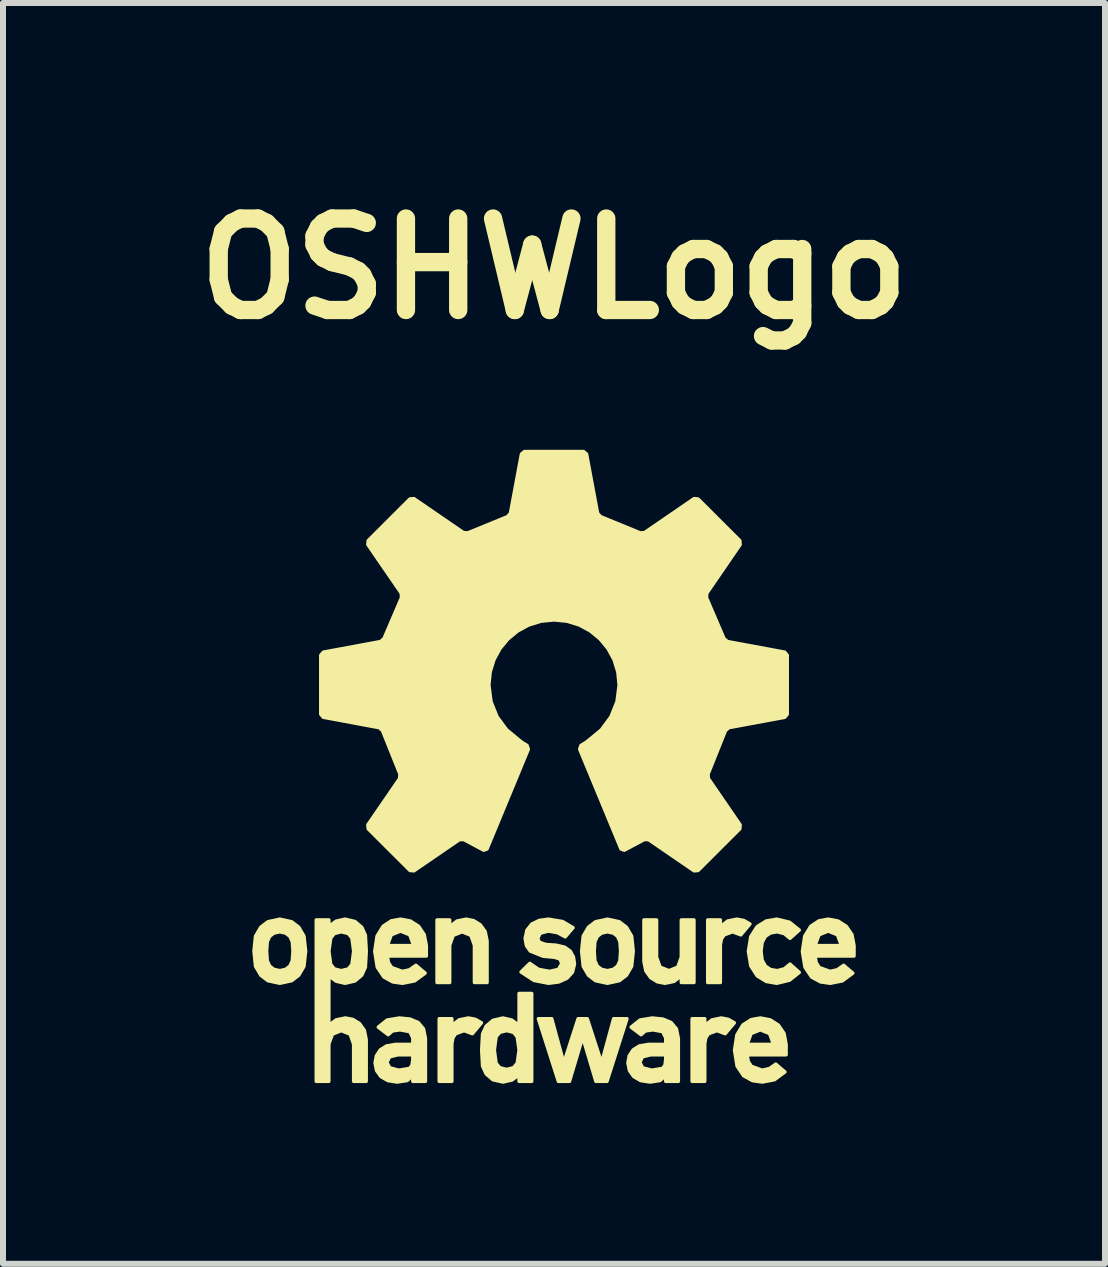
<source format=kicad_pcb>
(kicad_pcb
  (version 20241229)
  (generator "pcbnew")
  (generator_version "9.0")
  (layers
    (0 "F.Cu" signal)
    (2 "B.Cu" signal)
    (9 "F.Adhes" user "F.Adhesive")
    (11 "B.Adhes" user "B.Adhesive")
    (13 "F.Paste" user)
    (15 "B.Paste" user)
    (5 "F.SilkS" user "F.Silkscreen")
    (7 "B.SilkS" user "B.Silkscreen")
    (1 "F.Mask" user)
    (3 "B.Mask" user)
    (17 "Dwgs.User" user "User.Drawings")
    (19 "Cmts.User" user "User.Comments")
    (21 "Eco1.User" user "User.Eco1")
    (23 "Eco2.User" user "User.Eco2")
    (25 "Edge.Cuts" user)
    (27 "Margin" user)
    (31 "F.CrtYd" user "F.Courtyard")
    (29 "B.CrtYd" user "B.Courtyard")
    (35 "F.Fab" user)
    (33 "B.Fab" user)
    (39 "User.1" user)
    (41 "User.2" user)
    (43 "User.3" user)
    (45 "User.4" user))
  (footprint "OSHWLogo"
    (layer "F.Cu")
    (at 6.183 9.729)
    (property "Reference" "OSHWLogo" (at 0 -8.302 0) (layer "F.SilkS") (effects (font (size 1.524 1.524) (thickness 0.305))))
    (attr smd)
    (fp_poly (pts (xy -1.913 5.242) (xy -1.703 5.242) (xy -1.703 4.615) (xy -1.685 4.516) (xy -1.64 4.449) (xy -1.499 4.397) (xy -1.361 4.448) (xy -1.209 4.267) (xy -1.311 4.209) (xy -1.427 4.187) (xy -1.58 4.218) (xy -1.699 4.31) (xy -1.703 4.31) (xy -1.703 4.199) (xy -1.913 4.199) (xy -1.913 5.242)) (stroke (width 0.058) (type solid)) (fill yes) (layer "F.SilkS"))
    (fp_poly (pts (xy 2.302 5.242) (xy 2.512 5.242) (xy 2.512 4.615) (xy 2.529 4.516) (xy 2.575 4.449) (xy 2.715 4.397) (xy 2.853 4.448) (xy 3.005 4.267) (xy 2.904 4.209) (xy 2.787 4.187) (xy 2.635 4.218) (xy 2.516 4.31) (xy 2.512 4.31) (xy 2.512 4.199) (xy 2.302 4.199) (xy 2.302 5.242)) (stroke (width 0.058) (type solid)) (fill yes) (layer "F.SilkS"))
    (fp_poly (pts (xy 2.562 3.595) (xy 2.772 3.595) (xy 2.772 2.968) (xy 2.789 2.87) (xy 2.835 2.802) (xy 2.975 2.75) (xy 3.113 2.801) (xy 3.265 2.62) (xy 3.164 2.562) (xy 3.047 2.54) (xy 2.894 2.571) (xy 2.776 2.664) (xy 2.772 2.664) (xy 2.772 2.553) (xy 2.562 2.553) (xy 2.562 3.595)) (stroke (width 0.058) (type solid)) (fill yes) (layer "F.SilkS"))
    (fp_poly (pts (xy -0.038 4.199) (xy -0.26 4.199) (xy 0.073 5.242) (xy 0.258 5.242) (xy 0.476 4.512) (xy 0.498 4.571) (xy 0.698 5.242) (xy 0.883 5.242) (xy 1.216 4.199) (xy 0.994 4.199) (xy 0.795 4.929) (xy 0.772 4.871) (xy 0.554 4.199) (xy 0.402 4.199) (xy 0.166 4.929) (xy 0.145 4.87) (xy -0.038 4.199) (xy -0.038 4.199)) (stroke (width 0.058) (type solid)) (fill yes) (layer "F.SilkS"))
    (fp_poly (pts (xy -1.949 3.595) (xy -1.739 3.595) (xy -1.739 2.974) (xy -1.68 2.809) (xy -1.531 2.75) (xy -1.385 2.809) (xy -1.326 2.974) (xy -1.326 3.595) (xy -1.116 3.595) (xy -1.116 2.902) (xy -1.148 2.746) (xy -1.229 2.633) (xy -1.341 2.564) (xy -1.464 2.54) (xy -1.616 2.571) (xy -1.735 2.664) (xy -1.739 2.664) (xy -1.739 2.553) (xy -1.949 2.553) (xy -1.949 3.595)) (stroke (width 0.058) (type solid)) (fill yes) (layer "F.SilkS"))
    (fp_poly (pts (xy 1.499 3.246) (xy 1.531 3.402) (xy 1.612 3.515) (xy 1.725 3.584) (xy 1.849 3.608) (xy 1.999 3.577) (xy 2.118 3.484) (xy 2.122 3.484) (xy 2.122 3.595) (xy 2.332 3.595) (xy 2.332 2.553) (xy 2.122 2.553) (xy 2.122 3.174) (xy 2.063 3.339) (xy 1.916 3.398) (xy 1.768 3.339) (xy 1.709 3.174) (xy 1.709 2.553) (xy 1.499 2.553) (xy 1.499 3.246)) (stroke (width 0.058) (type solid)) (fill yes) (layer "F.SilkS"))
    (fp_poly (pts (xy 3.933 3.289) (xy 3.84 3.367) (xy 3.721 3.398) (xy 3.607 3.379) (xy 3.522 3.321) (xy 3.468 3.221) (xy 3.45 3.075) (xy 3.468 2.928) (xy 3.521 2.827) (xy 3.607 2.769) (xy 3.721 2.75) (xy 3.84 2.781) (xy 3.933 2.859) (xy 4.087 2.721) (xy 3.925 2.591) (xy 3.713 2.54) (xy 3.538 2.57) (xy 3.386 2.664) (xy 3.28 2.83) (xy 3.24 3.075) (xy 3.28 3.319) (xy 3.386 3.484) (xy 3.538 3.578) (xy 3.713 3.608) (xy 3.926 3.556) (xy 4.087 3.427) (xy 3.933 3.289)) (stroke (width 0.058) (type solid)) (fill yes) (layer "F.SilkS"))
    (fp_poly (pts (xy -2.128 3.153) (xy -2.778 2.98) (xy -2.712 2.8) (xy -2.558 2.738) (xy -2.404 2.8) (xy -2.338 2.98) (xy -2.778 2.98) (xy -2.128 3.153) (xy -2.128 2.98) (xy -2.163 2.798) (xy -2.256 2.659) (xy -2.393 2.571) (xy -2.558 2.54) (xy -2.71 2.567) (xy -2.848 2.657) (xy -2.949 2.822) (xy -2.987 3.077) (xy -2.945 3.34) (xy -2.836 3.503) (xy -2.687 3.585) (xy -2.525 3.608) (xy -2.323 3.568) (xy -2.148 3.439) (xy -2.301 3.309) (xy -2.408 3.384) (xy -2.529 3.41) (xy -2.707 3.346) (xy -2.759 3.265) (xy -2.778 3.153) (xy -2.128 3.153)) (stroke (width 0.058) (type solid)) (fill yes) (layer "F.SilkS"))
    (fp_poly (pts (xy 3.868 4.8) (xy 3.219 4.627) (xy 3.284 4.446) (xy 3.439 4.384) (xy 3.593 4.446) (xy 3.659 4.627) (xy 3.219 4.627) (xy 3.868 4.8) (xy 3.868 4.627) (xy 3.834 4.445) (xy 3.74 4.306) (xy 3.603 4.218) (xy 3.439 4.187) (xy 3.287 4.214) (xy 3.148 4.303) (xy 3.048 4.469) (xy 3.009 4.724) (xy 3.051 4.987) (xy 3.16 5.149) (xy 3.309 5.231) (xy 3.472 5.254) (xy 3.674 5.215) (xy 3.848 5.086) (xy 3.696 4.956) (xy 3.589 5.03) (xy 3.468 5.057) (xy 3.289 4.992) (xy 3.237 4.912) (xy 3.219 4.8) (xy 3.868 4.8)) (stroke (width 0.058) (type solid)) (fill yes) (layer "F.SilkS"))
    (fp_poly (pts (xy 5 3.153) (xy 4.35 2.98) (xy 4.416 2.8) (xy 4.57 2.738) (xy 4.724 2.8) (xy 4.79 2.98) (xy 4.35 2.98) (xy 5 3.153) (xy 5 2.98) (xy 4.965 2.798) (xy 4.871 2.659) (xy 4.734 2.571) (xy 4.57 2.54) (xy 4.418 2.567) (xy 4.28 2.657) (xy 4.179 2.822) (xy 4.14 3.077) (xy 4.183 3.34) (xy 4.292 3.503) (xy 4.441 3.585) (xy 4.603 3.608) (xy 4.805 3.568) (xy 4.979 3.439) (xy 4.827 3.309) (xy 4.72 3.384) (xy 4.599 3.41) (xy 4.421 3.346) (xy 4.369 3.265) (xy 4.35 3.153) (xy 5 3.153)) (stroke (width 0.058) (type solid)) (fill yes) (layer "F.SilkS"))
    (fp_poly (pts (xy -0.582 5.242) (xy -0.372 5.242) (xy -0.612 4.502) (xy -0.582 4.72) (xy -0.612 4.939) (xy -0.673 5.015) (xy -0.788 5.044) (xy -0.903 5.016) (xy -0.965 4.943) (xy -0.995 4.72) (xy -0.965 4.498) (xy -0.903 4.425) (xy -0.788 4.397) (xy -0.673 4.426) (xy -0.612 4.502) (xy -0.372 5.242) (xy -0.372 3.778) (xy -0.582 3.778) (xy -0.582 4.31) (xy -0.706 4.221) (xy -0.851 4.187) (xy -1.017 4.226) (xy -1.131 4.323) (xy -1.19 4.453) (xy -1.205 4.72) (xy -1.19 4.988) (xy -1.131 5.118) (xy -1.017 5.216) (xy -0.851 5.254) (xy -0.701 5.22) (xy -0.582 5.133) (xy -0.582 5.242)) (stroke (width 0.058) (type solid)) (fill yes) (layer "F.SilkS"))
    (fp_poly (pts (xy -5 3.073) (xy -4.739 3.322) (xy -4.779 3.234) (xy -4.79 3.073) (xy -4.779 2.914) (xy -4.739 2.826) (xy -4.67 2.772) (xy -4.57 2.75) (xy -4.471 2.772) (xy -4.402 2.826) (xy -4.361 2.914) (xy -4.35 3.075) (xy -4.361 3.234) (xy -4.402 3.322) (xy -4.471 3.376) (xy -4.57 3.398) (xy -4.67 3.376) (xy -4.739 3.322) (xy -5 3.073) (xy -4.974 3.325) (xy -4.887 3.474) (xy -4.768 3.565) (xy -4.57 3.608) (xy -4.373 3.565) (xy -4.254 3.474) (xy -4.167 3.325) (xy -4.14 3.073) (xy -4.167 2.823) (xy -4.254 2.674) (xy -4.373 2.583) (xy -4.57 2.54) (xy -4.768 2.583) (xy -4.887 2.674) (xy -4.974 2.823) (xy -5 3.073)) (stroke (width 0.058) (type solid)) (fill yes) (layer "F.SilkS"))
    (fp_poly (pts (xy 0.461 3.073) (xy 0.722 3.322) (xy 0.681 3.234) (xy 0.67 3.073) (xy 0.681 2.914) (xy 0.722 2.826) (xy 0.791 2.772) (xy 0.89 2.75) (xy 0.99 2.772) (xy 1.059 2.826) (xy 1.099 2.914) (xy 1.11 3.075) (xy 1.099 3.234) (xy 1.059 3.322) (xy 0.99 3.376) (xy 0.89 3.398) (xy 0.791 3.376) (xy 0.722 3.322) (xy 0.461 3.073) (xy 0.487 3.325) (xy 0.574 3.474) (xy 0.693 3.565) (xy 0.89 3.608) (xy 1.088 3.565) (xy 1.207 3.474) (xy 1.294 3.325) (xy 1.32 3.073) (xy 1.294 2.823) (xy 1.207 2.674) (xy 1.088 2.583) (xy 0.89 2.54) (xy 0.693 2.583) (xy 0.574 2.674) (xy 0.487 2.823) (xy 0.461 3.073)) (stroke (width 0.058) (type solid)) (fill yes) (layer "F.SilkS"))
    (fp_poly (pts (xy -0.549 3.42) (xy -0.333 3.561) (xy -0.091 3.608) (xy 0.079 3.586) (xy 0.216 3.524) (xy 0.308 3.423) (xy 0.341 3.287) (xy 0.324 3.17) (xy 0.271 3.073) (xy 0.177 3.006) (xy 0.039 2.974) (xy -0.134 2.962) (xy -0.242 2.926) (xy -0.271 2.863) (xy -0.232 2.774) (xy -0.093 2.738) (xy 0.059 2.765) (xy 0.187 2.834) (xy 0.317 2.682) (xy 0.142 2.579) (xy -0.093 2.54) (xy -0.246 2.561) (xy -0.369 2.621) (xy -0.451 2.722) (xy -0.481 2.861) (xy -0.459 2.981) (xy -0.396 3.071) (xy -0.181 3.157) (xy 0.004 3.174) (xy 0.095 3.2) (xy 0.132 3.277) (xy 0.073 3.377) (xy -0.074 3.41) (xy -0.257 3.377) (xy -0.403 3.277) (xy -0.549 3.42)) (stroke (width 0.058) (type solid)) (fill yes) (layer "F.SilkS"))
    (fp_poly (pts (xy -2.353 5.242) (xy -2.353 4.876) (xy -2.365 4.973) (xy -2.404 5.027) (xy -2.587 5.057) (xy -2.739 5.017) (xy -2.785 4.925) (xy -2.74 4.834) (xy -2.603 4.8) (xy -2.353 4.8) (xy -2.353 4.876) (xy -2.353 5.242) (xy -2.143 5.242) (xy -2.143 4.53) (xy -2.175 4.368) (xy -2.263 4.262) (xy -2.401 4.205) (xy -2.577 4.187) (xy -2.781 4.221) (xy -2.928 4.339) (xy -2.764 4.465) (xy -2.692 4.402) (xy -2.567 4.384) (xy -2.403 4.414) (xy -2.353 4.518) (xy -2.353 4.627) (xy -2.643 4.627) (xy -2.79 4.652) (xy -2.896 4.719) (xy -2.96 4.817) (xy -2.982 4.935) (xy -2.957 5.062) (xy -2.885 5.163) (xy -2.769 5.23) (xy -2.614 5.254) (xy -2.448 5.229) (xy -2.357 5.149) (xy -2.353 5.149) (xy -2.353 5.242)) (stroke (width 0.058) (type solid)) (fill yes) (layer "F.SilkS"))
    (fp_poly (pts (xy 1.862 5.242) (xy 1.862 4.876) (xy 1.85 4.973) (xy 1.81 5.027) (xy 1.627 5.057) (xy 1.476 5.017) (xy 1.43 4.925) (xy 1.474 4.834) (xy 1.611 4.8) (xy 1.862 4.8) (xy 1.862 4.876) (xy 1.862 5.242) (xy 2.072 5.242) (xy 2.072 4.53) (xy 2.04 4.368) (xy 1.951 4.262) (xy 1.814 4.205) (xy 1.638 4.187) (xy 1.433 4.221) (xy 1.286 4.339) (xy 1.451 4.465) (xy 1.522 4.402) (xy 1.648 4.384) (xy 1.811 4.414) (xy 1.862 4.518) (xy 1.862 4.627) (xy 1.572 4.627) (xy 1.424 4.652) (xy 1.318 4.719) (xy 1.254 4.817) (xy 1.232 4.935) (xy 1.257 5.062) (xy 1.329 5.163) (xy 1.445 5.23) (xy 1.601 5.254) (xy 1.766 5.229) (xy 1.858 5.149) (xy 1.862 5.149) (xy 1.862 5.242) (xy 1.862 5.242)) (stroke (width 0.058) (type solid)) (fill yes) (layer "F.SilkS"))
    (fp_poly (pts (xy -3.546 3.398) (xy -3.144 3.341) (xy -3.203 3.472) (xy -3.317 3.569) (xy -3.482 3.608) (xy -3.628 3.574) (xy -3.752 3.484) (xy -3.753 4.31) (xy -3.63 4.218) (xy -3.477 4.187) (xy -3.354 4.21) (xy -3.242 4.279) (xy -3.161 4.393) (xy -3.13 4.549) (xy -3.13 5.242) (xy -3.339 5.242) (xy -3.339 4.621) (xy -3.398 4.456) (xy -3.545 4.397) (xy -3.693 4.456) (xy -3.753 4.621) (xy -3.753 5.242) (xy -3.962 5.242) (xy -3.962 2.553) (xy -3.752 2.553) (xy -3.752 2.662) (xy -3.633 2.574) (xy -3.482 2.54) (xy -3.317 2.579) (xy -3.203 2.676) (xy -3.144 2.807) (xy -3.129 3.075) (xy -3.144 3.341) (xy -3.546 3.398) (xy -3.43 3.37) (xy -3.368 3.297) (xy -3.338 3.075) (xy -3.368 2.852) (xy -3.43 2.778) (xy -3.546 2.75) (xy -3.661 2.779) (xy -3.722 2.855) (xy -3.752 3.075) (xy -3.722 3.293) (xy -3.661 3.369) (xy -3.546 3.398)) (stroke (width 0.058) (type solid)) (fill yes) (layer "F.SilkS"))
    (fp_poly (pts (xy 3.845 -1.91) (xy 2.89 -2.087) (xy 2.834 -2.136) (xy 2.541 -2.818) (xy 2.546 -2.892) (xy 3.102 -3.703) (xy 3.096 -3.769) (xy 2.401 -4.463) (xy 2.335 -4.469) (xy 1.51 -3.903) (xy 1.436 -3.898) (xy 0.775 -4.169) (xy 0.726 -4.225) (xy 0.542 -5.212) (xy 0.491 -5.254) (xy -0.491 -5.254) (xy -0.542 -5.212) (xy -0.726 -4.225) (xy -0.774 -4.169) (xy -1.436 -3.898) (xy -1.51 -3.903) (xy -2.335 -4.469) (xy -2.401 -4.463) (xy -3.096 -3.769) (xy -3.102 -3.703) (xy -2.545 -2.892) (xy -2.541 -2.818) (xy -2.834 -2.136) (xy -2.89 -2.087) (xy -3.844 -1.91) (xy -3.887 -1.859) (xy -3.887 -0.876) (xy -3.844 -0.825) (xy -2.913 -0.652) (xy -2.858 -0.603) (xy -2.567 0.123) (xy -2.573 0.197) (xy -3.102 0.967) (xy -3.096 1.034) (xy -2.401 1.728) (xy -2.335 1.734) (xy -1.578 1.215) (xy -1.505 1.212) (xy -1.172 1.39) (xy -1.117 1.37) (xy -0.428 -0.293) (xy -0.449 -0.355) (xy -0.532 -0.406) (xy -0.585 -0.447) (xy -0.79 -0.617) (xy -0.949 -0.833) (xy -1.05 -1.084) (xy -1.086 -1.362) (xy -1.064 -1.581) (xy -1.001 -1.785) (xy -0.901 -1.969) (xy -0.768 -2.13) (xy -0.607 -2.263) (xy -0.423 -2.363) (xy -0.219 -2.426) (xy 0.000002 -2.448) (xy 0.219 -2.426) (xy 0.423 -2.363) (xy 0.607 -2.263) (xy 0.768 -2.13) (xy 0.901 -1.969) (xy 1.001 -1.785) (xy 1.064 -1.581) (xy 1.086 -1.362) (xy 1.05 -1.084) (xy 0.949 -0.833) (xy 0.79 -0.617) (xy 0.585 -0.447) (xy 0.532 -0.406) (xy 0.449 -0.355) (xy 0.428 -0.293) (xy 1.117 1.37) (xy 1.172 1.39) (xy 1.505 1.212) (xy 1.578 1.215) (xy 2.335 1.734) (xy 2.401 1.728) (xy 3.096 1.034) (xy 3.102 0.968) (xy 2.573 0.197) (xy 2.567 0.123) (xy 2.858 -0.603) (xy 2.913 -0.652) (xy 3.844 -0.825) (xy 3.887 -0.876) (xy 3.887 -1.859) (xy 3.845 -1.91) (xy 3.845 -1.91)) (stroke (width 0.058) (type solid)) (fill yes) (layer "F.SilkS")))
  (gr_rect
    (start -3 -3)
    (end 15.366 18.012)
    (stroke (width 0.1) (type default))
    (fill no)
    (layer "Edge.Cuts")))
</source>
